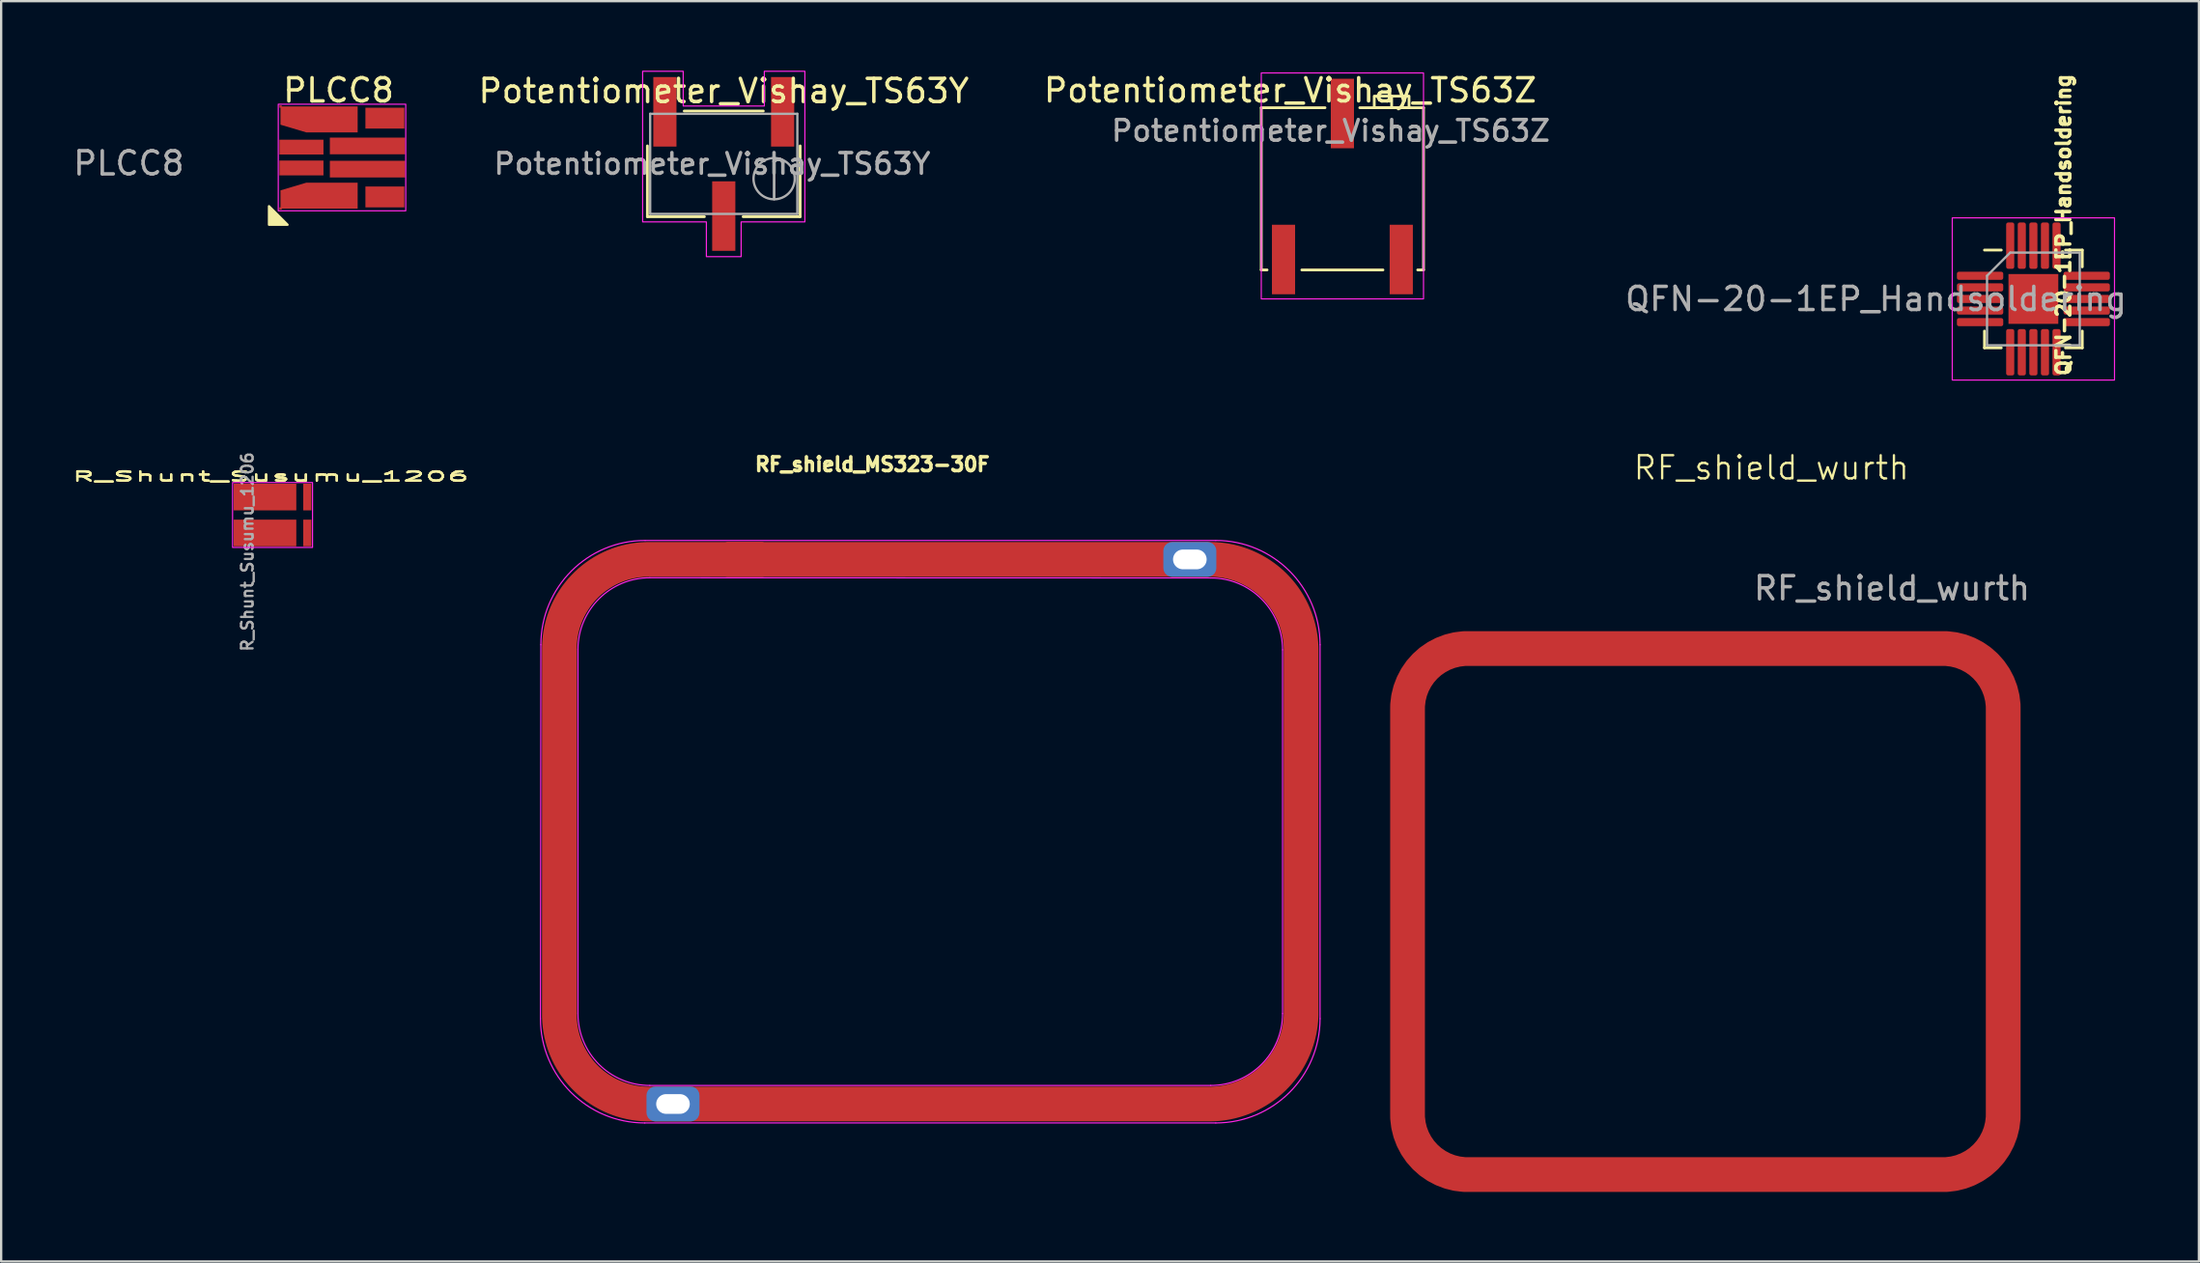
<source format=kicad_pcb>
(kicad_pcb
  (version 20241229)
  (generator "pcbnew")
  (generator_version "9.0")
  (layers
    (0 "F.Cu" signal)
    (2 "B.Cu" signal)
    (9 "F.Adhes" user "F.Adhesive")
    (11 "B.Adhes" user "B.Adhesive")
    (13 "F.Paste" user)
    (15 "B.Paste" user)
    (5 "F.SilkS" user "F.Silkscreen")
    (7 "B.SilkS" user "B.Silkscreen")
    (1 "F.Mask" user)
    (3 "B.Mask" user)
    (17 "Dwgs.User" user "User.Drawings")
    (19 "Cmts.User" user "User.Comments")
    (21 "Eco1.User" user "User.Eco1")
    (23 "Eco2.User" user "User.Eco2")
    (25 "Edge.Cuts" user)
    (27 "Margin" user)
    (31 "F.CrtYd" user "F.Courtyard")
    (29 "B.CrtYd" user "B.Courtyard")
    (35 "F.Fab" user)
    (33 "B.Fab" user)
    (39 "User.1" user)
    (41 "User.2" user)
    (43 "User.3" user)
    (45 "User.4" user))
  (footprint "Potentiometer_Vishay_TS63Z"
    (layer "F.Cu")
    (at 54.868 2.598)
    (property "Reference" "Potentiometer_Vishay_TS63Z" (at -2.25 -1.75 180) (layer "F.SilkS") (effects (font (size 1 1) (thickness 0.15))))
    (attr smd)
    (fp_line (start -3.5 -1) (end -0.75 -1) (stroke (width 0.12) (type default)) (layer "F.SilkS"))
    (fp_line (start -3.5 6) (end -3.5 -1) (stroke (width 0.12) (type default)) (layer "F.SilkS"))
    (fp_line (start -3.25 6) (end -3.5 6) (stroke (width 0.12) (type default)) (layer "F.SilkS"))
    (fp_line (start -1.75 6) (end 1.75 6) (stroke (width 0.12) (type default)) (layer "F.SilkS"))
    (fp_line (start 2.125 -1.5) (end 2.125 -1) (stroke (width 0.12) (type default)) (layer "F.SilkS"))
    (fp_line (start 3.25 6) (end 3.5 6) (stroke (width 0.12) (type default)) (layer "F.SilkS"))
    (fp_line (start 3.5 -1) (end 0.75 -1) (stroke (width 0.12) (type default)) (layer "F.SilkS"))
    (fp_line (start 3.5 6) (end 3.5 -1) (stroke (width 0.12) (type default)) (layer "F.SilkS"))
    (fp_rect (start 1.375 -1.5) (end 2.875 -1) (stroke (width 0.12) (type default)) (fill no) (layer "F.SilkS"))
    (fp_rect (start -3.5 -2.5) (end 3.5 7.25) (stroke (width 0.05) (type default)) (fill no) (layer "F.CrtYd"))
    (fp_text user "${REFERENCE}" (at -0.501 -0.005 0) (layer "F.Fab") (effects (font (size 0.89 0.89) (thickness 0.15))))
    (pad "1" smd rect (at 2.54 5.55 180) (size 1 3) (layers "F.Cu" "F.Mask" "F.Paste"))
    (pad "2" smd rect (at 0 -0.75 180) (size 1 3) (layers "F.Cu" "F.Mask" "F.Paste"))
    (pad "3" smd rect (at -2.54 5.55 180) (size 1 3) (layers "F.Cu" "F.Mask" "F.Paste")))
  (footprint "PLCC8"
    (layer "F.Cu")
    (at 8.956 6.048)
    (property "Reference" "PLCC8" (at 2.6 -5.2 0) (unlocked yes) (layer "F.SilkS") (effects (font (size 1 1) (thickness 0.15))))
    (attr smd)
    (fp_poly (pts (xy -0.4 0.6) (xy -0.4 -0.2) (xy 0.4 0.6)) (stroke (width 0.1) (type solid)) (fill yes) (layer "F.SilkS"))
    (fp_rect (start 0 0) (end 5.5 -4.6) (stroke (width 0.05) (type solid)) (fill no) (layer "F.CrtYd"))
    (fp_text user "${REFERENCE}" (at -6.45 -2.05 0) (unlocked yes) (layer "F.Fab") (effects (font (size 1 1) (thickness 0.15))))
    (pad "1" smd custom (at 0.1 -4.5) (size 0.1 0.1) (layers "F.Cu" "F.Mask" "F.Paste") (options (anchor rect)) (primitives (gr_poly (pts (xy 0 0) (xy 3.32 0) (xy 3.32 1.11) (xy 1.11 1.11) (xy 0 0.78)) (width 0.01) (fill yes))))
    (pad "2" smd rect (at 1 -2.75) (size 1.9 0.64) (layers "F.Cu" "F.Mask" "F.Paste"))
    (pad "3" smd rect (at 1 -1.85) (size 1.9 0.64) (layers "F.Cu" "F.Mask" "F.Paste"))
    (pad "4" smd custom (at 0.1 -0.1) (size 0.1 0.1) (layers "F.Cu" "F.Mask" "F.Paste") (options (anchor rect)) (primitives (gr_poly (pts (xy 0 0) (xy 3.32 0) (xy 3.32 -1.11) (xy 1.11 -1.11) (xy 0 -0.78)) (width 0.01) (fill yes))))
    (pad "5" smd rect (at 4.6 -0.6) (size 1.68 0.9) (layers "F.Cu" "F.Mask" "F.Paste"))
    (pad "6" smd rect (at 3.85 -1.8) (size 3.25 0.72) (layers "F.Cu" "F.Mask" "F.Paste"))
    (pad "7" smd rect (at 3.85 -2.8) (size 3.25 0.72) (layers "F.Cu" "F.Mask" "F.Paste"))
    (pad "8" smd rect (at 4.6 -4) (size 1.68 0.9) (layers "F.Cu" "F.Mask" "F.Paste")))
  (footprint "RF_shield_MS323-30F"
    (layer "F.Cu")
    (at 37.286 33.09)
    (property "Reference" "RF_shield_MS323-30F" (at -2.7 -16.1 0) (layer "F.SilkS") (effects (font (size 0.6 0.6) (thickness 0.15))))
    (attr smd)
    (fp_poly (pts (arc (start 15.8 -8.15) (mid 14.59736 -10.903427) (end 11.8 -12)) (arc (start -12.35 -12) (mid -15.072361 -10.872361) (end -16.2 -8.15)) (arc (start -16.2 7.65) (mid -15.072361 10.372361) (end -12.35 11.5)) (arc (start 11.8 11.5) (mid 14.607717 10.378427) (end 15.8 7.6))) (stroke (width 0.5) (type solid)) (fill no) (layer "F.Paste"))
    (fp_line (start -17 -8.318) (end -17.018 7.818) (stroke (width 0.05) (type default)) (layer "F.CrtYd"))
    (fp_line (start -15.4 -8.108) (end -15.4 7.6) (stroke (width 0.05) (type default)) (layer "F.CrtYd"))
    (fp_line (start -12.518 12.318) (end 12.118 12.318) (stroke (width 0.05) (type default)) (layer "F.CrtYd"))
    (fp_line (start -12.3 10.7) (end 11.9 10.7) (stroke (width 0.05) (type default)) (layer "F.CrtYd"))
    (fp_line (start 11.9 -11.2) (end -12.3 -11.208) (stroke (width 0.05) (type default)) (layer "F.CrtYd"))
    (fp_line (start 12.118 -12.818) (end -12.5 -12.818) (stroke (width 0.05) (type default)) (layer "F.CrtYd"))
    (fp_line (start 15 7.6) (end 15 -8.1) (stroke (width 0.05) (type default)) (layer "F.CrtYd"))
    (fp_line (start 16.618 7.818) (end 16.618 -8.318) (stroke (width 0.05) (type default)) (layer "F.CrtYd"))
    (fp_arc (start -17 -8.318019) (mid -15.681981 -11.5) (end -12.5 -12.818019) (stroke (width 0.05) (type default)) (layer "F.CrtYd"))
    (fp_arc (start -15.4 -8.107969) (mid -14.492031 -10.3) (end -12.3 -11.207969) (stroke (width 0.05) (type default)) (layer "F.CrtYd"))
    (fp_arc (start -12.518019 12.318019) (mid -15.7 11) (end -17.018019 7.818019) (stroke (width 0.05) (type default)) (layer "F.CrtYd"))
    (fp_arc (start -12.3 10.7) (mid -14.492031 9.792031) (end -15.4 7.6) (stroke (width 0.05) (type default)) (layer "F.CrtYd"))
    (fp_arc (start 11.9 -11.2) (mid 14.092031 -10.292031) (end 15 -8.1) (stroke (width 0.05) (type default)) (layer "F.CrtYd"))
    (fp_arc (start 12.118019 -12.818019) (mid 15.3 -11.5) (end 16.618019 -8.318019) (stroke (width 0.05) (type default)) (layer "F.CrtYd"))
    (fp_arc (start 15 7.6) (mid 14.092031 9.792031) (end 11.9 10.7) (stroke (width 0.05) (type default)) (layer "F.CrtYd"))
    (fp_arc (start 16.618019 7.818019) (mid 15.3 11) (end 12.118019 12.318019) (stroke (width 0.05) (type default)) (layer "F.CrtYd"))
    (pad "1" thru_hole roundrect (at -11.3 11.5) (size 2.286 1.5) (drill oval 1.45 0.85) (layers "*.Cu" "*.Mask") (roundrect_rratio 0.25))
    (pad "1" smd custom (at -8.2 -12) (size 1.524 1.524) (layers "F.Cu" "F.Mask") (options (anchor circle)) (primitives (gr_poly (pts (xy -1.143 -0.381) (xy -1.127 -0.49) (xy -1.072 -0.602) (xy -0.983 -0.691) (xy -0.871 -0.746) (xy -0.762 -0.762) (xy 0.762 -0.762) (xy 0.871 -0.746) (xy 0.983 -0.691) (xy 1.072 -0.602) (xy 1.127 -0.49) (xy 1.143 -0.381) (xy 1.143 0.381) (xy 1.127 0.49) (xy 1.072 0.602) (xy 0.983 0.691) (xy 0.871 0.746) (xy 0.762 0.762) (xy -0.762 0.762) (xy -0.871 0.746) (xy -0.983 0.691) (xy -1.072 0.602) (xy -1.127 0.49) (xy -1.143 0.381)) (width 0) (fill yes)) (gr_poly (pts (arc (start 24 3.85) (mid 22.79736 1.096573) (end 20 0)) (arc (start -4.15 0) (mid -6.872361 1.127639) (end -8 3.85)) (arc (start -8 19.65) (mid -6.872361 22.372361) (end -4.15 23.5)) (arc (start 20 23.5) (mid 22.807717 22.378427) (end 24 19.6))) (width 1.5) (fill no))))
    (pad "1" thru_hole roundrect (at 11 -12) (size 2.286 1.5) (drill oval 1.45 0.85) (layers "*.Cu" "*.Mask") (roundrect_rratio 0.25)))
  (footprint "Potentiometer_Vishay_TS63Y"
    (layer "F.Cu")
    (at 28.177 4.025)
    (property "Reference" "Potentiometer_Vishay_TS63Y" (at 0 -3.15 0) (layer "F.SilkS") (effects (font (size 1 1) (thickness 0.15))))
    (attr smd)
    (fp_line (start -3.295 -0.779) (end -3.295 2.275) (stroke (width 0.12) (type solid)) (layer "F.SilkS"))
    (fp_line (start -3.295 2.275) (end -0.835 2.275) (stroke (width 0.12) (type solid)) (layer "F.SilkS"))
    (fp_line (start -1.705 -2.285) (end 1.705 -2.285) (stroke (width 0.12) (type solid)) (layer "F.SilkS"))
    (fp_line (start 0.835 2.275) (end 3.295 2.275) (stroke (width 0.12) (type solid)) (layer "F.SilkS"))
    (fp_line (start 3.295 -0.779) (end 3.295 2.275) (stroke (width 0.12) (type solid)) (layer "F.SilkS"))
    (fp_poly (pts (xy -3.5 2.5) (xy -0.75 2.5) (xy -0.75 4) (xy 0.75 4) (xy 0.75 2.5) (xy 3.5 2.5) (xy 3.5 -4) (xy 1.75 -4) (xy 1.75 -2.5) (xy -1.75 -2.5) (xy -1.75 -4) (xy -3.5 -4)) (stroke (width 0.05) (type solid)) (fill no) (layer "F.CrtYd"))
    (fp_line (start -3.175 -2.165) (end -3.175 2.155) (stroke (width 0.1) (type solid)) (layer "F.Fab"))
    (fp_line (start -3.175 2.155) (end 3.175 2.155) (stroke (width 0.1) (type solid)) (layer "F.Fab"))
    (fp_line (start 2.173 1.517) (end 2.174 -0.246) (stroke (width 0.1) (type solid)) (layer "F.Fab"))
    (fp_line (start 2.173 1.517) (end 2.174 -0.246) (stroke (width 0.1) (type solid)) (layer "F.Fab"))
    (fp_line (start 3.175 -2.165) (end -3.175 -2.165) (stroke (width 0.1) (type solid)) (layer "F.Fab"))
    (fp_line (start 3.175 2.155) (end 3.175 -2.165) (stroke (width 0.1) (type solid)) (layer "F.Fab"))
    (fp_circle (center 2.173 0.635) (end 3.063 0.635) (stroke (width 0.1) (type solid)) (fill no) (layer "F.Fab"))
    (fp_text user "${REFERENCE}" (at -0.501 -0.005 0) (layer "F.Fab") (effects (font (size 0.89 0.89) (thickness 0.15))))
    (pad "1" smd rect (at -2.54 -2.25) (size 1 3) (layers "F.Cu" "F.Mask" "F.Paste"))
    (pad "2" smd rect (at 0 2.25) (size 1 3) (layers "F.Cu" "F.Mask" "F.Paste"))
    (pad "3" smd rect (at 2.54 -2.25) (size 1 3) (layers "F.Cu" "F.Mask" "F.Paste")))
  (footprint "QFN-20-1EP_Handsoldering"
    (layer "F.Cu")
    (at 84.681 9.851)
    (property "Reference" "QFN-20-1EP_Handsoldering" (at 1.3 -3.2 270) (layer "F.SilkS") (effects (font (size 0.6 0.6) (thickness 0.15))))
    (attr smd)
    (fp_line (start -2.11 2.11) (end -2.11 1.385) (stroke (width 0.12) (type solid)) (layer "F.SilkS"))
    (fp_line (start -1.385 -2.11) (end -2.11 -2.11) (stroke (width 0.12) (type solid)) (layer "F.SilkS"))
    (fp_line (start -1.385 2.11) (end -2.11 2.11) (stroke (width 0.12) (type solid)) (layer "F.SilkS"))
    (fp_line (start 1.385 -2.11) (end 2.11 -2.11) (stroke (width 0.12) (type solid)) (layer "F.SilkS"))
    (fp_line (start 1.385 2.11) (end 2.11 2.11) (stroke (width 0.12) (type solid)) (layer "F.SilkS"))
    (fp_line (start 2.11 -2.11) (end 2.11 -1.385) (stroke (width 0.12) (type solid)) (layer "F.SilkS"))
    (fp_line (start 2.11 2.11) (end 2.11 1.385) (stroke (width 0.12) (type solid)) (layer "F.SilkS"))
    (fp_rect (start -3.5 -3.5) (end 3.5 3.5) (stroke (width 0.05) (type default)) (fill no) (layer "F.CrtYd"))
    (fp_line (start -2 -1) (end -1 -2) (stroke (width 0.1) (type solid)) (layer "F.Fab"))
    (fp_line (start -2 2) (end -2 -1) (stroke (width 0.1) (type solid)) (layer "F.Fab"))
    (fp_line (start -1 -2) (end 2 -2) (stroke (width 0.1) (type solid)) (layer "F.Fab"))
    (fp_line (start 2 -2) (end 2 2) (stroke (width 0.1) (type solid)) (layer "F.Fab"))
    (fp_line (start 2 2) (end -2 2) (stroke (width 0.1) (type solid)) (layer "F.Fab"))
    (fp_text user "${REFERENCE}" (at -6.792 0 180) (layer "F.Fab") (effects (font (size 1 1) (thickness 0.15))))
    (pad "" smd roundrect (at -0.625 -0.625) (size 1.01 1.01) (layers "F.Paste") (roundrect_rratio 0.248))
    (pad "" smd roundrect (at -0.625 0.625) (size 1.01 1.01) (layers "F.Paste") (roundrect_rratio 0.248))
    (pad "" smd roundrect (at 0.625 -0.625) (size 1.01 1.01) (layers "F.Paste") (roundrect_rratio 0.248))
    (pad "" smd roundrect (at 0.625 0.625) (size 1.01 1.01) (layers "F.Paste") (roundrect_rratio 0.248))
    (pad "1" smd roundrect (at -2.3 -1) (size 2 0.35) (layers "F.Cu" "F.Mask" "F.Paste") (roundrect_rratio 0.25))
    (pad "2" smd roundrect (at -2.3 -0.5) (size 2 0.35) (layers "F.Cu" "F.Mask" "F.Paste") (roundrect_rratio 0.25))
    (pad "3" smd roundrect (at -2.3 0) (size 2 0.35) (layers "F.Cu" "F.Mask" "F.Paste") (roundrect_rratio 0.25))
    (pad "4" smd roundrect (at -2.3 0.5) (size 2 0.35) (layers "F.Cu" "F.Mask" "F.Paste") (roundrect_rratio 0.25))
    (pad "5" smd roundrect (at -2.3 1) (size 2 0.35) (layers "F.Cu" "F.Mask" "F.Paste") (roundrect_rratio 0.25))
    (pad "6" smd roundrect (at -1 2.3 90) (size 2 0.35) (layers "F.Cu" "F.Mask" "F.Paste") (roundrect_rratio 0.25))
    (pad "7" smd roundrect (at -0.5 2.3 90) (size 2 0.35) (layers "F.Cu" "F.Mask" "F.Paste") (roundrect_rratio 0.25))
    (pad "8" smd roundrect (at 0 2.3 90) (size 2 0.35) (layers "F.Cu" "F.Mask" "F.Paste") (roundrect_rratio 0.25))
    (pad "9" smd roundrect (at 0.5 2.3 90) (size 2 0.35) (layers "F.Cu" "F.Mask" "F.Paste") (roundrect_rratio 0.25))
    (pad "10" smd roundrect (at 1 2.3 90) (size 2 0.35) (layers "F.Cu" "F.Mask" "F.Paste") (roundrect_rratio 0.25))
    (pad "11" smd roundrect (at 2.3 1) (size 2 0.35) (layers "F.Cu" "F.Mask" "F.Paste") (roundrect_rratio 0.25))
    (pad "12" smd roundrect (at 2.3 0.5) (size 2 0.35) (layers "F.Cu" "F.Mask" "F.Paste") (roundrect_rratio 0.25))
    (pad "13" smd roundrect (at 2.3 0) (size 2 0.35) (layers "F.Cu" "F.Mask" "F.Paste") (roundrect_rratio 0.25))
    (pad "14" smd roundrect (at 2.3 -0.5) (size 2 0.35) (layers "F.Cu" "F.Mask" "F.Paste") (roundrect_rratio 0.25))
    (pad "15" smd roundrect (at 2.3 -1) (size 2 0.35) (layers "F.Cu" "F.Mask" "F.Paste") (roundrect_rratio 0.25))
    (pad "16" smd roundrect (at 1 -2.3 90) (size 2 0.35) (layers "F.Cu" "F.Mask" "F.Paste") (roundrect_rratio 0.25))
    (pad "17" smd roundrect (at 0.5 -2.3 90) (size 2 0.35) (layers "F.Cu" "F.Mask" "F.Paste") (roundrect_rratio 0.25))
    (pad "18" smd roundrect (at 0 -2.3 90) (size 2 0.35) (layers "F.Cu" "F.Mask" "F.Paste") (roundrect_rratio 0.25))
    (pad "19" smd roundrect (at -0.5 -2.3 90) (size 2 0.35) (layers "F.Cu" "F.Mask" "F.Paste") (roundrect_rratio 0.25))
    (pad "20" smd roundrect (at -1 -2.3 90) (size 2 0.35) (layers "F.Cu" "F.Mask" "F.Paste") (roundrect_rratio 0.25))
    (pad "21" smd rect (at 0 0) (size 2.15 2.15) (layers "F.Cu" "F.Mask")))
  (footprint "R_Shunt_Susumu_1206"
    (layer "F.Cu")
    (at 7.034 20.524)
    (property "Reference" "R_Shunt_Susumu_1206" (at 1.587 -3.013 0) (layer "F.SilkS") (effects (font (size 0.4 1) (thickness 0.1))))
    (attr smd)
    (fp_rect (start -0.05 -2.75) (end 3.4 0.05) (stroke (width 0.05) (type solid)) (fill no) (layer "F.CrtYd"))
    (fp_text user "${REFERENCE}" (at 1.587 -3.013 0) (layer "F.SilkS") (effects (font (size 0.4 1) (thickness 0.1))))
    (fp_text user "${REFERENCE}" (at 0.588 0.237 90) (layer "F.Fab") (effects (font (size 0.5 0.5) (thickness 0.1))))
    (pad "1" smd rect (at 1.35 -0.575) (size 2.7 1.15) (layers "F.Cu" "F.Mask" "F.Paste"))
    (pad "2" smd rect (at 3.175 -0.575) (size 0.35 1.15) (layers "F.Cu" "F.Mask" "F.Paste"))
    (pad "3" smd rect (at 3.175 -2.125) (size 0.35 1.15) (layers "F.Cu" "F.Mask" "F.Paste"))
    (pad "4" smd rect (at 1.35 -2.125) (size 2.7 1.15) (layers "F.Cu" "F.Mask" "F.Paste")))
  (footprint "RF_shield_wurth"
    (layer "F.Cu")
    (at 70.779 37.936)
    (property "Reference" "RF_shield_wurth" (at 2.6 -20.8 0) (unlocked yes) (layer "F.SilkS") (effects (font (size 1 1) (thickness 0.1))))
    (attr smd)
    (fp_poly (pts (xy -13.1 7.1) (xy -13.098 7.257) (xy -13.06 7.569) (xy -12.985 7.874) (xy -12.873 8.168) (xy -12.727 8.446) (xy -12.549 8.705) (xy -12.34 8.94) (xy -12.105 9.149) (xy -11.846 9.327) (xy -11.568 9.473) (xy -11.274 9.585) (xy -10.969 9.66) (xy -10.657 9.698) (xy -10.5 9.7) (xy 10 9.7) (xy 10.157 9.698) (xy 10.469 9.66) (xy 10.774 9.585) (xy 11.068 9.473) (xy 11.346 9.327) (xy 11.605 9.149) (xy 11.84 8.94) (xy 12.049 8.705) (xy 12.227 8.446) (xy 12.373 8.168) (xy 12.485 7.874) (xy 12.56 7.569) (xy 12.598 7.257) (xy 12.6 7.1) (xy 12.6 -10.4) (xy 12.598 -10.557) (xy 12.56 -10.869) (xy 12.485 -11.174) (xy 12.373 -11.468) (xy 12.227 -11.746) (xy 12.049 -12.005) (xy 11.84 -12.24) (xy 11.605 -12.449) (xy 11.346 -12.627) (xy 11.068 -12.773) (xy 10.774 -12.885) (xy 10.469 -12.96) (xy 10.157 -12.998) (xy 10 -13) (xy -10.5 -13) (xy -10.657 -12.998) (xy -10.969 -12.96) (xy -11.274 -12.885) (xy -11.568 -12.773) (xy -11.846 -12.627) (xy -12.105 -12.449) (xy -12.34 -12.24) (xy -12.549 -12.005) (xy -12.727 -11.746) (xy -12.873 -11.468) (xy -12.985 -11.174) (xy -13.06 -10.869) (xy -13.098 -10.557) (xy -13.1 -10.4)) (stroke (width 0.5) (type solid)) (fill no) (layer "F.Paste"))
    (fp_text user "${REFERENCE}" (at 7.8 -15.6 0) (unlocked yes) (layer "F.Fab") (effects (font (size 1 1) (thickness 0.15))))
    (pad "1" smd custom (at -5 -13) (size 2.286 1.4) (layers "F.Cu" "F.Mask") (options (anchor rect)) (primitives (gr_poly (pts (xy -8.1 20.1) (xy -8.098 20.257) (xy -8.06 20.569) (xy -7.985 20.874) (xy -7.873 21.168) (xy -7.727 21.446) (xy -7.549 21.705) (xy -7.34 21.94) (xy -7.105 22.149) (xy -6.846 22.327) (xy -6.568 22.473) (xy -6.274 22.585) (xy -5.969 22.66) (xy -5.657 22.698) (xy -5.5 22.7) (xy 15 22.7) (xy 15.157 22.698) (xy 15.469 22.66) (xy 15.774 22.585) (xy 16.068 22.473) (xy 16.346 22.327) (xy 16.605 22.149) (xy 16.84 21.94) (xy 17.049 21.705) (xy 17.227 21.446) (xy 17.373 21.168) (xy 17.485 20.874) (xy 17.56 20.569) (xy 17.598 20.257) (xy 17.6 20.1) (xy 17.6 2.6) (xy 17.598 2.443) (xy 17.56 2.131) (xy 17.485 1.826) (xy 17.373 1.532) (xy 17.227 1.254) (xy 17.049 0.995) (xy 16.84 0.76) (xy 16.605 0.551) (xy 16.346 0.373) (xy 16.068 0.227) (xy 15.774 0.115) (xy 15.469 0.04) (xy 15.157 0.002) (xy 15 0) (xy -5.5 0) (xy -5.657 0.002) (xy -5.969 0.04) (xy -6.274 0.115) (xy -6.568 0.227) (xy -6.846 0.373) (xy -7.105 0.551) (xy -7.34 0.76) (xy -7.549 0.995) (xy -7.727 1.254) (xy -7.873 1.532) (xy -7.985 1.826) (xy -8.06 2.131) (xy -8.098 2.443) (xy -8.1 2.6)) (width 1.5) (fill no)))))
  (gr_rect
    (start -3 -3)
    (end 91.823 51.386)
    (stroke (width 0.1) (type default))
    (fill no)
    (layer "Edge.Cuts")))
</source>
